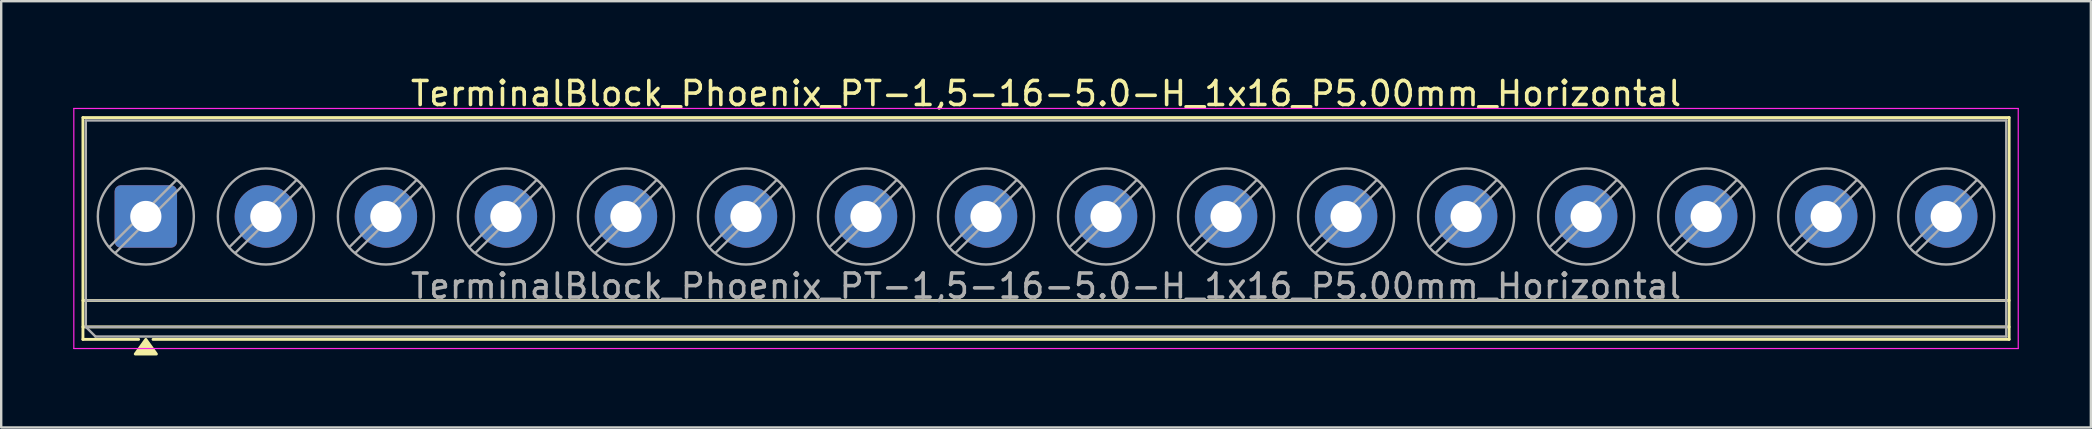
<source format=kicad_pcb>
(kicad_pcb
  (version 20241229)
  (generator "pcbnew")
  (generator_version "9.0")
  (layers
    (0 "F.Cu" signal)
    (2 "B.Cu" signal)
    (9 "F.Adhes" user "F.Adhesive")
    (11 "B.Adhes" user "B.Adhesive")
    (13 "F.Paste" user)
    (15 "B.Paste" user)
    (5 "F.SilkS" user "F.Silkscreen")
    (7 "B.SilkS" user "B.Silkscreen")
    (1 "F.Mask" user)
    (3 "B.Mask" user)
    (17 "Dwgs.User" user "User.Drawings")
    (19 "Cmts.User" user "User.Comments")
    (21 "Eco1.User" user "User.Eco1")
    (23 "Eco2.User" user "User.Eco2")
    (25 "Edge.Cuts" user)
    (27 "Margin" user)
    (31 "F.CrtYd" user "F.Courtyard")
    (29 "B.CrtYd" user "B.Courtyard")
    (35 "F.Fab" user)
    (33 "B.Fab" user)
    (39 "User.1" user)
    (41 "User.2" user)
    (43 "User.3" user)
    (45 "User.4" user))
  (footprint "TerminalBlock_Phoenix_PT-1,5-16-5.0-H_1x16_P5.00mm_Horizontal"
    (layer "F.Cu")
    (at 3.025 5.968)
    (property "Reference" "TerminalBlock_Phoenix_PT-1,5-16-5.0-H_1x16_P5.00mm_Horizontal" (at 37.5 -5.12 0) (layer "F.SilkS") (effects (font (size 1 1) (thickness 0.15))))
    (attr through_hole)
    (fp_line (start -2.62 -4.12) (end -2.62 5.12) (stroke (width 0.12) (type solid)) (layer "F.SilkS"))
    (fp_line (start -2.62 -4.12) (end 77.62 -4.12) (stroke (width 0.12) (type solid)) (layer "F.SilkS"))
    (fp_line (start -2.62 3.5) (end 77.62 3.5) (stroke (width 0.12) (type solid)) (layer "F.SilkS"))
    (fp_line (start -2.62 4.6) (end 77.62 4.6) (stroke (width 0.12) (type solid)) (layer "F.SilkS"))
    (fp_line (start -2.62 5.12) (end -0.3 5.12) (stroke (width 0.12) (type solid)) (layer "F.SilkS"))
    (fp_line (start 0.3 5.12) (end 77.62 5.12) (stroke (width 0.12) (type solid)) (layer "F.SilkS"))
    (fp_line (start 77.62 -4.12) (end 77.62 5.12) (stroke (width 0.12) (type solid)) (layer "F.SilkS"))
    (fp_poly (pts (xy 0 5.12) (xy 0.44 5.73) (xy -0.44 5.73)) (stroke (width 0.12) (type solid)) (fill yes) (layer "F.SilkS"))
    (fp_line (start -3 -4.5) (end -3 5.5) (stroke (width 0.05) (type solid)) (layer "F.CrtYd"))
    (fp_line (start -3 5.5) (end 78 5.5) (stroke (width 0.05) (type solid)) (layer "F.CrtYd"))
    (fp_line (start 78 -4.5) (end -3 -4.5) (stroke (width 0.05) (type solid)) (layer "F.CrtYd"))
    (fp_line (start 78 5.5) (end 78 -4.5) (stroke (width 0.05) (type solid)) (layer "F.CrtYd"))
    (fp_line (start -2.5 -4) (end 77.5 -4) (stroke (width 0.1) (type solid)) (layer "F.Fab"))
    (fp_line (start -2.5 3.5) (end 77.5 3.5) (stroke (width 0.1) (type solid)) (layer "F.Fab"))
    (fp_line (start -2.5 4.6) (end -2.5 -4) (stroke (width 0.1) (type solid)) (layer "F.Fab"))
    (fp_line (start -2.5 4.6) (end 77.5 4.6) (stroke (width 0.1) (type solid)) (layer "F.Fab"))
    (fp_line (start -2.1 5) (end -2.5 4.6) (stroke (width 0.1) (type solid)) (layer "F.Fab"))
    (fp_line (start 1.273 -1.517) (end -1.517 1.272) (stroke (width 0.1) (type solid)) (layer "F.Fab"))
    (fp_line (start 1.517 -1.273) (end -1.273 1.517) (stroke (width 0.1) (type solid)) (layer "F.Fab"))
    (fp_line (start 6.273 -1.517) (end 3.483 1.272) (stroke (width 0.1) (type solid)) (layer "F.Fab"))
    (fp_line (start 6.517 -1.273) (end 3.727 1.517) (stroke (width 0.1) (type solid)) (layer "F.Fab"))
    (fp_line (start 11.273 -1.517) (end 8.483 1.272) (stroke (width 0.1) (type solid)) (layer "F.Fab"))
    (fp_line (start 11.517 -1.273) (end 8.727 1.517) (stroke (width 0.1) (type solid)) (layer "F.Fab"))
    (fp_line (start 16.273 -1.517) (end 13.483 1.272) (stroke (width 0.1) (type solid)) (layer "F.Fab"))
    (fp_line (start 16.517 -1.273) (end 13.727 1.517) (stroke (width 0.1) (type solid)) (layer "F.Fab"))
    (fp_line (start 21.273 -1.517) (end 18.483 1.272) (stroke (width 0.1) (type solid)) (layer "F.Fab"))
    (fp_line (start 21.517 -1.273) (end 18.727 1.517) (stroke (width 0.1) (type solid)) (layer "F.Fab"))
    (fp_line (start 26.273 -1.517) (end 23.483 1.272) (stroke (width 0.1) (type solid)) (layer "F.Fab"))
    (fp_line (start 26.517 -1.273) (end 23.727 1.517) (stroke (width 0.1) (type solid)) (layer "F.Fab"))
    (fp_line (start 31.273 -1.517) (end 28.483 1.272) (stroke (width 0.1) (type solid)) (layer "F.Fab"))
    (fp_line (start 31.517 -1.273) (end 28.727 1.517) (stroke (width 0.1) (type solid)) (layer "F.Fab"))
    (fp_line (start 36.273 -1.517) (end 33.483 1.272) (stroke (width 0.1) (type solid)) (layer "F.Fab"))
    (fp_line (start 36.517 -1.273) (end 33.727 1.517) (stroke (width 0.1) (type solid)) (layer "F.Fab"))
    (fp_line (start 41.273 -1.517) (end 38.483 1.272) (stroke (width 0.1) (type solid)) (layer "F.Fab"))
    (fp_line (start 41.517 -1.273) (end 38.727 1.517) (stroke (width 0.1) (type solid)) (layer "F.Fab"))
    (fp_line (start 46.273 -1.517) (end 43.483 1.272) (stroke (width 0.1) (type solid)) (layer "F.Fab"))
    (fp_line (start 46.517 -1.273) (end 43.727 1.517) (stroke (width 0.1) (type solid)) (layer "F.Fab"))
    (fp_line (start 51.273 -1.517) (end 48.483 1.272) (stroke (width 0.1) (type solid)) (layer "F.Fab"))
    (fp_line (start 51.517 -1.273) (end 48.727 1.517) (stroke (width 0.1) (type solid)) (layer "F.Fab"))
    (fp_line (start 56.273 -1.517) (end 53.483 1.272) (stroke (width 0.1) (type solid)) (layer "F.Fab"))
    (fp_line (start 56.517 -1.273) (end 53.727 1.517) (stroke (width 0.1) (type solid)) (layer "F.Fab"))
    (fp_line (start 61.273 -1.517) (end 58.483 1.272) (stroke (width 0.1) (type solid)) (layer "F.Fab"))
    (fp_line (start 61.517 -1.273) (end 58.727 1.517) (stroke (width 0.1) (type solid)) (layer "F.Fab"))
    (fp_line (start 66.273 -1.517) (end 63.483 1.272) (stroke (width 0.1) (type solid)) (layer "F.Fab"))
    (fp_line (start 66.517 -1.273) (end 63.727 1.517) (stroke (width 0.1) (type solid)) (layer "F.Fab"))
    (fp_line (start 71.273 -1.517) (end 68.483 1.272) (stroke (width 0.1) (type solid)) (layer "F.Fab"))
    (fp_line (start 71.517 -1.273) (end 68.727 1.517) (stroke (width 0.1) (type solid)) (layer "F.Fab"))
    (fp_line (start 76.273 -1.517) (end 73.483 1.272) (stroke (width 0.1) (type solid)) (layer "F.Fab"))
    (fp_line (start 76.517 -1.273) (end 73.727 1.517) (stroke (width 0.1) (type solid)) (layer "F.Fab"))
    (fp_line (start 77.5 -4) (end 77.5 5) (stroke (width 0.1) (type solid)) (layer "F.Fab"))
    (fp_line (start 77.5 5) (end -2.1 5) (stroke (width 0.1) (type solid)) (layer "F.Fab"))
    (fp_circle (center 0 0) (end 2 0) (stroke (width 0.1) (type solid)) (fill no) (layer "F.Fab"))
    (fp_circle (center 5 0) (end 7 0) (stroke (width 0.1) (type solid)) (fill no) (layer "F.Fab"))
    (fp_circle (center 10 0) (end 12 0) (stroke (width 0.1) (type solid)) (fill no) (layer "F.Fab"))
    (fp_circle (center 15 0) (end 17 0) (stroke (width 0.1) (type solid)) (fill no) (layer "F.Fab"))
    (fp_circle (center 20 0) (end 22 0) (stroke (width 0.1) (type solid)) (fill no) (layer "F.Fab"))
    (fp_circle (center 25 0) (end 27 0) (stroke (width 0.1) (type solid)) (fill no) (layer "F.Fab"))
    (fp_circle (center 30 0) (end 32 0) (stroke (width 0.1) (type solid)) (fill no) (layer "F.Fab"))
    (fp_circle (center 35 0) (end 37 0) (stroke (width 0.1) (type solid)) (fill no) (layer "F.Fab"))
    (fp_circle (center 40 0) (end 42 0) (stroke (width 0.1) (type solid)) (fill no) (layer "F.Fab"))
    (fp_circle (center 45 0) (end 47 0) (stroke (width 0.1) (type solid)) (fill no) (layer "F.Fab"))
    (fp_circle (center 50 0) (end 52 0) (stroke (width 0.1) (type solid)) (fill no) (layer "F.Fab"))
    (fp_circle (center 55 0) (end 57 0) (stroke (width 0.1) (type solid)) (fill no) (layer "F.Fab"))
    (fp_circle (center 60 0) (end 62 0) (stroke (width 0.1) (type solid)) (fill no) (layer "F.Fab"))
    (fp_circle (center 65 0) (end 67 0) (stroke (width 0.1) (type solid)) (fill no) (layer "F.Fab"))
    (fp_circle (center 70 0) (end 72 0) (stroke (width 0.1) (type solid)) (fill no) (layer "F.Fab"))
    (fp_circle (center 75 0) (end 77 0) (stroke (width 0.1) (type solid)) (fill no) (layer "F.Fab"))
    (fp_text user "${REFERENCE}" (at 37.5 2.9 0) (layer "F.Fab") (effects (font (size 1 1) (thickness 0.15))))
    (pad "1" thru_hole roundrect (at 0 0) (size 2.6 2.6) (drill 1.3) (layers "*.Cu" "*.Mask") (roundrect_rratio 0.096))
    (pad "2" thru_hole circle (at 5 0) (size 2.6 2.6) (drill 1.3) (layers "*.Cu" "*.Mask"))
    (pad "3" thru_hole circle (at 10 0) (size 2.6 2.6) (drill 1.3) (layers "*.Cu" "*.Mask"))
    (pad "4" thru_hole circle (at 15 0) (size 2.6 2.6) (drill 1.3) (layers "*.Cu" "*.Mask"))
    (pad "5" thru_hole circle (at 20 0) (size 2.6 2.6) (drill 1.3) (layers "*.Cu" "*.Mask"))
    (pad "6" thru_hole circle (at 25 0) (size 2.6 2.6) (drill 1.3) (layers "*.Cu" "*.Mask"))
    (pad "7" thru_hole circle (at 30 0) (size 2.6 2.6) (drill 1.3) (layers "*.Cu" "*.Mask"))
    (pad "8" thru_hole circle (at 35 0) (size 2.6 2.6) (drill 1.3) (layers "*.Cu" "*.Mask"))
    (pad "9" thru_hole circle (at 40 0) (size 2.6 2.6) (drill 1.3) (layers "*.Cu" "*.Mask"))
    (pad "10" thru_hole circle (at 45 0) (size 2.6 2.6) (drill 1.3) (layers "*.Cu" "*.Mask"))
    (pad "11" thru_hole circle (at 50 0) (size 2.6 2.6) (drill 1.3) (layers "*.Cu" "*.Mask"))
    (pad "12" thru_hole circle (at 55 0) (size 2.6 2.6) (drill 1.3) (layers "*.Cu" "*.Mask"))
    (pad "13" thru_hole circle (at 60 0) (size 2.6 2.6) (drill 1.3) (layers "*.Cu" "*.Mask"))
    (pad "14" thru_hole circle (at 65 0) (size 2.6 2.6) (drill 1.3) (layers "*.Cu" "*.Mask"))
    (pad "15" thru_hole circle (at 70 0) (size 2.6 2.6) (drill 1.3) (layers "*.Cu" "*.Mask"))
    (pad "16" thru_hole circle (at 75 0) (size 2.6 2.6) (drill 1.3) (layers "*.Cu" "*.Mask")))
  (gr_rect
    (start -3 -3)
    (end 84.05 14.758)
    (stroke (width 0.1) (type default))
    (fill no)
    (layer "Edge.Cuts")))
</source>
